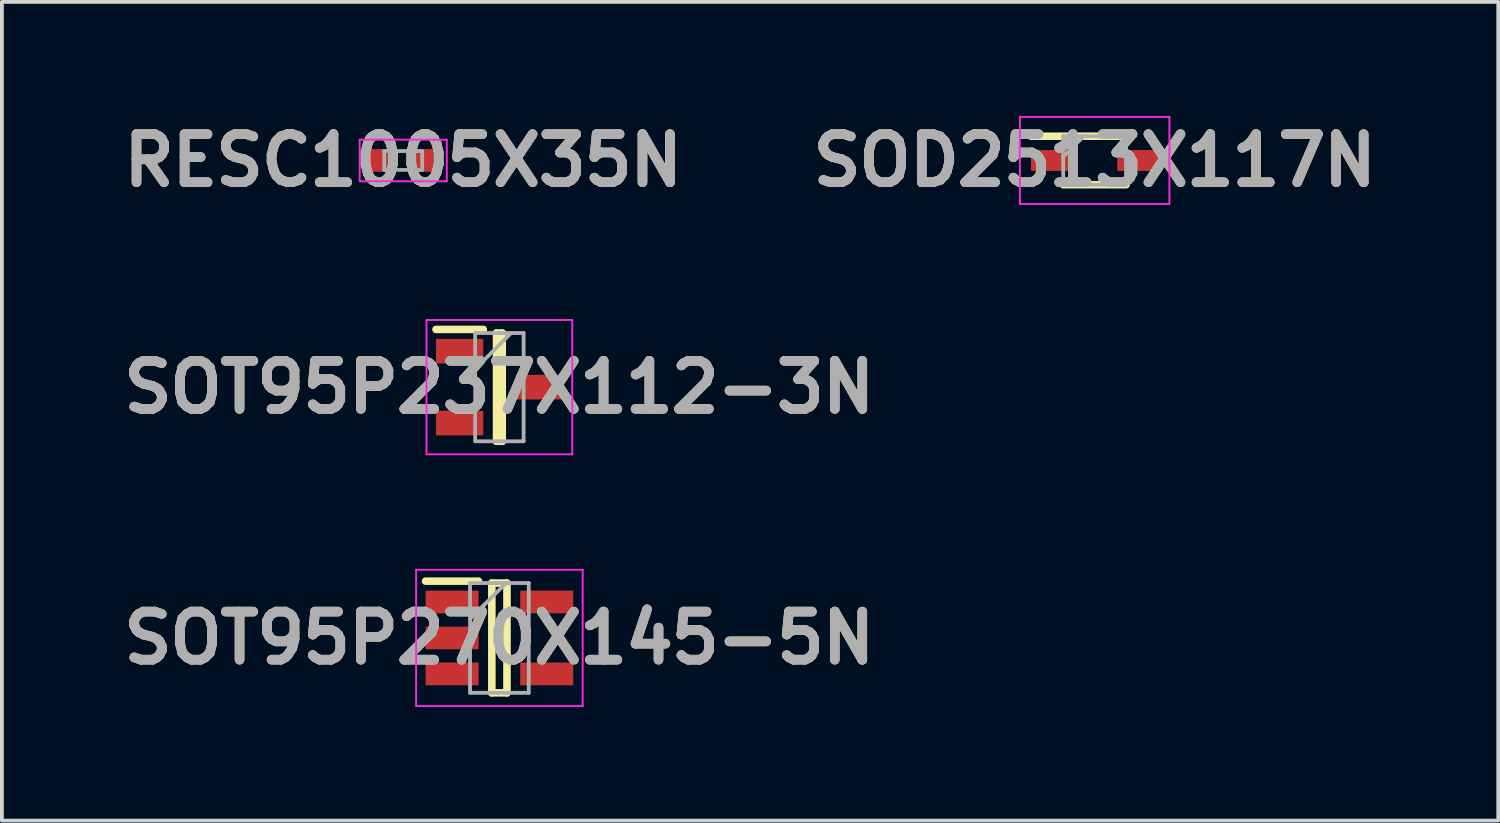
<source format=kicad_pcb>
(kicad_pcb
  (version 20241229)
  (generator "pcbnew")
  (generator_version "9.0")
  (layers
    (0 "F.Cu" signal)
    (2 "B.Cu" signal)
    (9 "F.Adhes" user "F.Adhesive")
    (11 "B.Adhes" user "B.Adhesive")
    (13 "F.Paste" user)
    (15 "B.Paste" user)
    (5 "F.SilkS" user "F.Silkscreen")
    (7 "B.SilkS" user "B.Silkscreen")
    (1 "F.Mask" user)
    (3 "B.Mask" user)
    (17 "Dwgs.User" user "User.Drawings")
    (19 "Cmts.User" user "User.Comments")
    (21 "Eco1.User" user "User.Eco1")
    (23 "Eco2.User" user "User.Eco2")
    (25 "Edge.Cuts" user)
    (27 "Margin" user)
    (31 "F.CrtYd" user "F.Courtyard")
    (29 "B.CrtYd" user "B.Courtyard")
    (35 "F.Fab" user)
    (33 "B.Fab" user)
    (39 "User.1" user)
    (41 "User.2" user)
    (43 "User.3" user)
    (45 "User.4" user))
  (footprint "SOT95P270X145-5N"
    (layer "F.Cu")
    (at 10.142 13.802)
    (property "Reference" "SOT95P270X145-5N" (at 0 0 0) (layer "F.SilkS") (effects (font (size 1.27 1.27) (thickness 0.254))))
    (attr smd)
    (fp_line (start -1.95 -1.5) (end -0.55 -1.5) (stroke (width 0.2) (type solid)) (layer "F.SilkS"))
    (fp_line (start -0.2 -1.45) (end 0.2 -1.45) (stroke (width 0.2) (type solid)) (layer "F.SilkS"))
    (fp_line (start -0.2 1.45) (end -0.2 -1.45) (stroke (width 0.2) (type solid)) (layer "F.SilkS"))
    (fp_line (start 0.2 -1.45) (end 0.2 1.45) (stroke (width 0.2) (type solid)) (layer "F.SilkS"))
    (fp_line (start 0.2 1.45) (end -0.2 1.45) (stroke (width 0.2) (type solid)) (layer "F.SilkS"))
    (fp_line (start -2.2 -1.8) (end 2.2 -1.8) (stroke (width 0.05) (type solid)) (layer "F.CrtYd"))
    (fp_line (start -2.2 1.8) (end -2.2 -1.8) (stroke (width 0.05) (type solid)) (layer "F.CrtYd"))
    (fp_line (start 2.2 -1.8) (end 2.2 1.8) (stroke (width 0.05) (type solid)) (layer "F.CrtYd"))
    (fp_line (start 2.2 1.8) (end -2.2 1.8) (stroke (width 0.05) (type solid)) (layer "F.CrtYd"))
    (fp_line (start -0.775 -1.45) (end 0.775 -1.45) (stroke (width 0.1) (type solid)) (layer "F.Fab"))
    (fp_line (start -0.775 -0.5) (end 0.175 -1.45) (stroke (width 0.1) (type solid)) (layer "F.Fab"))
    (fp_line (start -0.775 1.45) (end -0.775 -1.45) (stroke (width 0.1) (type solid)) (layer "F.Fab"))
    (fp_line (start 0.775 -1.45) (end 0.775 1.45) (stroke (width 0.1) (type solid)) (layer "F.Fab"))
    (fp_line (start 0.775 1.45) (end -0.775 1.45) (stroke (width 0.1) (type solid)) (layer "F.Fab"))
    (fp_text user "${REFERENCE}" (at 0 0 0) (layer "F.Fab") (effects (font (size 1.27 1.27) (thickness 0.254))))
    (pad "1" smd rect (at -1.25 -0.95 90) (size 0.6 1.4) (layers "F.Cu" "F.Mask" "F.Paste"))
    (pad "2" smd rect (at -1.25 0 90) (size 0.6 1.4) (layers "F.Cu" "F.Mask" "F.Paste"))
    (pad "3" smd rect (at -1.25 0.95 90) (size 0.6 1.4) (layers "F.Cu" "F.Mask" "F.Paste"))
    (pad "4" smd rect (at 1.25 0.95 90) (size 0.6 1.4) (layers "F.Cu" "F.Mask" "F.Paste"))
    (pad "5" smd rect (at 1.25 -0.95 90) (size 0.6 1.4) (layers "F.Cu" "F.Mask" "F.Paste")))
  (footprint "RESC1005X35N"
    (layer "F.Cu")
    (at 7.602 1.189)
    (property "Reference" "RESC1005X35N" (at 0 0 0) (layer "F.SilkS") (effects (font (size 1.27 1.27) (thickness 0.254))))
    (attr smd)
    (fp_line (start -1.15 -0.55) (end 1.15 -0.55) (stroke (width 0.05) (type solid)) (layer "F.CrtYd"))
    (fp_line (start -1.15 0.55) (end -1.15 -0.55) (stroke (width 0.05) (type solid)) (layer "F.CrtYd"))
    (fp_line (start 1.15 -0.55) (end 1.15 0.55) (stroke (width 0.05) (type solid)) (layer "F.CrtYd"))
    (fp_line (start 1.15 0.55) (end -1.15 0.55) (stroke (width 0.05) (type solid)) (layer "F.CrtYd"))
    (fp_line (start -0.5 -0.25) (end 0.5 -0.25) (stroke (width 0.1) (type solid)) (layer "F.Fab"))
    (fp_line (start -0.5 0.25) (end -0.5 -0.25) (stroke (width 0.1) (type solid)) (layer "F.Fab"))
    (fp_line (start 0.5 -0.25) (end 0.5 0.25) (stroke (width 0.1) (type solid)) (layer "F.Fab"))
    (fp_line (start 0.5 0.25) (end -0.5 0.25) (stroke (width 0.1) (type solid)) (layer "F.Fab"))
    (fp_text user "${REFERENCE}" (at 0 0 0) (layer "F.Fab") (effects (font (size 1.27 1.27) (thickness 0.254))))
    (pad "1" smd rect (at -0.55 0 90) (size 0.6 0.7) (layers "F.Cu" "F.Mask" "F.Paste"))
    (pad "2" smd rect (at 0.55 0 90) (size 0.6 0.7) (layers "F.Cu" "F.Mask" "F.Paste")))
  (footprint "SOT95P237X112-3N"
    (layer "F.Cu")
    (at 10.142 7.177)
    (property "Reference" "SOT95P237X112-3N" (at 0 0 0) (layer "F.SilkS") (effects (font (size 1.27 1.27) (thickness 0.254))))
    (attr smd)
    (fp_line (start -1.675 -1.525) (end -0.425 -1.525) (stroke (width 0.2) (type solid)) (layer "F.SilkS"))
    (fp_line (start -0.075 -1.43) (end 0.075 -1.43) (stroke (width 0.2) (type solid)) (layer "F.SilkS"))
    (fp_line (start -0.075 1.43) (end -0.075 -1.43) (stroke (width 0.2) (type solid)) (layer "F.SilkS"))
    (fp_line (start 0.075 -1.43) (end 0.075 1.43) (stroke (width 0.2) (type solid)) (layer "F.SilkS"))
    (fp_line (start 0.075 1.43) (end -0.075 1.43) (stroke (width 0.2) (type solid)) (layer "F.SilkS"))
    (fp_line (start -1.925 -1.775) (end 1.925 -1.775) (stroke (width 0.05) (type solid)) (layer "F.CrtYd"))
    (fp_line (start -1.925 1.775) (end -1.925 -1.775) (stroke (width 0.05) (type solid)) (layer "F.CrtYd"))
    (fp_line (start 1.925 -1.775) (end 1.925 1.775) (stroke (width 0.05) (type solid)) (layer "F.CrtYd"))
    (fp_line (start 1.925 1.775) (end -1.925 1.775) (stroke (width 0.05) (type solid)) (layer "F.CrtYd"))
    (fp_line (start -0.64 -1.43) (end 0.64 -1.43) (stroke (width 0.1) (type solid)) (layer "F.Fab"))
    (fp_line (start -0.64 -0.48) (end 0.31 -1.43) (stroke (width 0.1) (type solid)) (layer "F.Fab"))
    (fp_line (start -0.64 1.43) (end -0.64 -1.43) (stroke (width 0.1) (type solid)) (layer "F.Fab"))
    (fp_line (start 0.64 -1.43) (end 0.64 1.43) (stroke (width 0.1) (type solid)) (layer "F.Fab"))
    (fp_line (start 0.64 1.43) (end -0.64 1.43) (stroke (width 0.1) (type solid)) (layer "F.Fab"))
    (fp_text user "${REFERENCE}" (at 0 0 0) (layer "F.Fab") (effects (font (size 1.27 1.27) (thickness 0.254))))
    (pad "1" smd rect (at -1.05 -0.95 90) (size 0.65 1.25) (layers "F.Cu" "F.Mask" "F.Paste"))
    (pad "2" smd rect (at -1.05 0.95 90) (size 0.65 1.25) (layers "F.Cu" "F.Mask" "F.Paste"))
    (pad "3" smd rect (at 1.05 0 90) (size 0.65 1.25) (layers "F.Cu" "F.Mask" "F.Paste")))
  (footprint "SOD2513X117N"
    (layer "F.Cu")
    (at 25.866 1.189)
    (property "Reference" "SOD2513X117N" (at 0 0 0) (layer "F.SilkS") (effects (font (size 1.27 1.27) (thickness 0.254))))
    (attr smd)
    (fp_line (start -1.682 -0.64) (end 0.83 -0.64) (stroke (width 0.2) (type solid)) (layer "F.SilkS"))
    (fp_line (start -0.83 0.64) (end 0.83 0.64) (stroke (width 0.2) (type solid)) (layer "F.SilkS"))
    (fp_line (start -1.975 -1.15) (end 1.975 -1.15) (stroke (width 0.05) (type solid)) (layer "F.CrtYd"))
    (fp_line (start -1.975 1.15) (end -1.975 -1.15) (stroke (width 0.05) (type solid)) (layer "F.CrtYd"))
    (fp_line (start 1.975 -1.15) (end 1.975 1.15) (stroke (width 0.05) (type solid)) (layer "F.CrtYd"))
    (fp_line (start 1.975 1.15) (end -1.975 1.15) (stroke (width 0.05) (type solid)) (layer "F.CrtYd"))
    (fp_line (start -0.83 -0.64) (end 0.83 -0.64) (stroke (width 0.1) (type solid)) (layer "F.Fab"))
    (fp_line (start -0.83 -0.098) (end -0.288 -0.64) (stroke (width 0.1) (type solid)) (layer "F.Fab"))
    (fp_line (start -0.83 0.64) (end -0.83 -0.64) (stroke (width 0.1) (type solid)) (layer "F.Fab"))
    (fp_line (start 0.83 -0.64) (end 0.83 0.64) (stroke (width 0.1) (type solid)) (layer "F.Fab"))
    (fp_line (start 0.83 0.64) (end -0.83 0.64) (stroke (width 0.1) (type solid)) (layer "F.Fab"))
    (fp_text user "${REFERENCE}" (at 0 0 0) (layer "F.Fab") (effects (font (size 1.27 1.27) (thickness 0.254))))
    (pad "1" smd rect (at -1.14 0 90) (size 0.55 1.085) (layers "F.Cu" "F.Mask" "F.Paste"))
    (pad "2" smd rect (at 1.14 0 90) (size 0.55 1.085) (layers "F.Cu" "F.Mask" "F.Paste")))
  (gr_rect
    (start -3 -3)
    (end 36.528 18.627)
    (stroke (width 0.1) (type default))
    (fill no)
    (layer "Edge.Cuts")))
</source>
